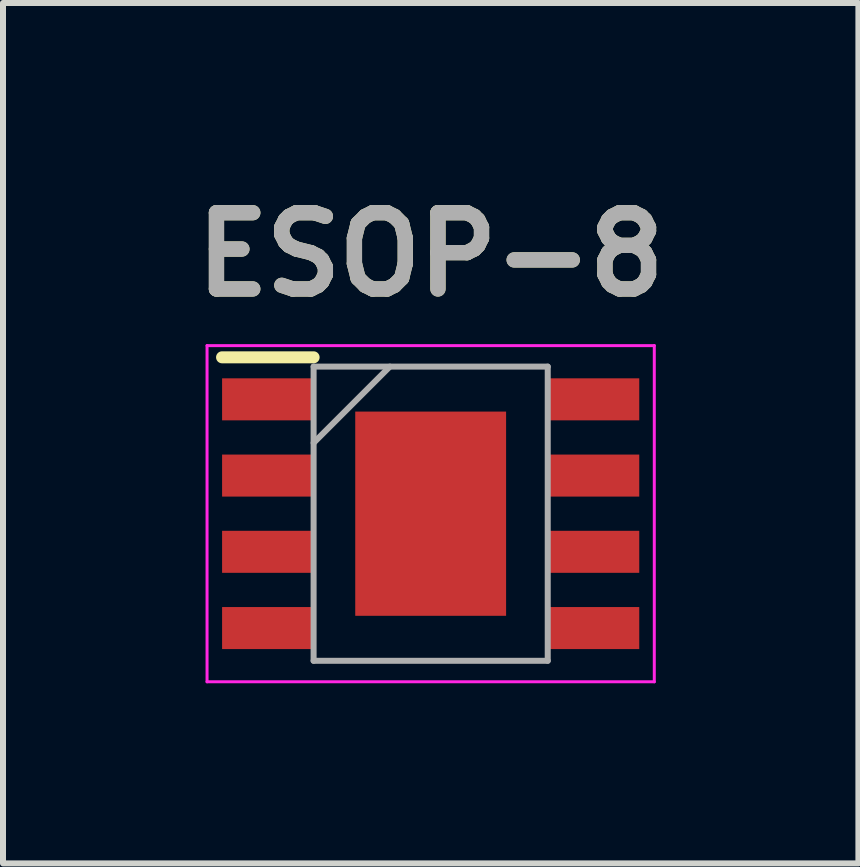
<source format=kicad_pcb>
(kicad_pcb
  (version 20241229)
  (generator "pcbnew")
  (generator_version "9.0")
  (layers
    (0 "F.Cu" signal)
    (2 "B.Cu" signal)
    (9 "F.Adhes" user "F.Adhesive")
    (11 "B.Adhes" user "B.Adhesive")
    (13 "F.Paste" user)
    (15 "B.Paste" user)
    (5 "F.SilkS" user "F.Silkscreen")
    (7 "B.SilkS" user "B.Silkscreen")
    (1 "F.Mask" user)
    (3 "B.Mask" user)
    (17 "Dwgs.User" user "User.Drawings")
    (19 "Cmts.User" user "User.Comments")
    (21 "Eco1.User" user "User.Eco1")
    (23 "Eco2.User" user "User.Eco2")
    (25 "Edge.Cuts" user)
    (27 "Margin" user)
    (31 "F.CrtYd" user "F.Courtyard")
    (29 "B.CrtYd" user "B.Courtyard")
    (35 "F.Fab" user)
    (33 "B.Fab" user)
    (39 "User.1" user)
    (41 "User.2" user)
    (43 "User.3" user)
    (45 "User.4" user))
  (footprint "ESOP-8"
    (layer "F.Cu")
    (at 4.124 5.507)
    (property "Reference" "ESOP-8" (at 0 -4.318 0) (layer "F.SilkS") (effects (font (size 1.27 1.27) (thickness 0.254))))
    (attr smd)
    (fp_line (start -3.475 -2.605) (end -1.95 -2.605) (stroke (width 0.2) (type solid)) (layer "F.SilkS"))
    (fp_line (start -3.725 -2.8) (end 3.725 -2.8) (stroke (width 0.05) (type solid)) (layer "F.CrtYd"))
    (fp_line (start -3.725 2.8) (end -3.725 -2.8) (stroke (width 0.05) (type solid)) (layer "F.CrtYd"))
    (fp_line (start 3.725 -2.8) (end 3.725 2.8) (stroke (width 0.05) (type solid)) (layer "F.CrtYd"))
    (fp_line (start 3.725 2.8) (end -3.725 2.8) (stroke (width 0.05) (type solid)) (layer "F.CrtYd"))
    (fp_line (start -1.95 -2.45) (end 1.95 -2.45) (stroke (width 0.1) (type solid)) (layer "F.Fab"))
    (fp_line (start -1.95 -1.18) (end -0.68 -2.45) (stroke (width 0.1) (type solid)) (layer "F.Fab"))
    (fp_line (start -1.95 2.45) (end -1.95 -2.45) (stroke (width 0.1) (type solid)) (layer "F.Fab"))
    (fp_line (start 1.95 -2.45) (end 1.95 2.45) (stroke (width 0.1) (type solid)) (layer "F.Fab"))
    (fp_line (start 1.95 2.45) (end -1.95 2.45) (stroke (width 0.1) (type solid)) (layer "F.Fab"))
    (fp_text user "${REFERENCE}" (at 0 -4.318 0) (layer "F.Fab") (effects (font (size 1.27 1.27) (thickness 0.254))))
    (pad "1" smd rect (at -2.712 -1.905 90) (size 0.7 1.525) (layers "F.Cu" "F.Mask" "F.Paste"))
    (pad "2" smd rect (at -2.712 -0.635 90) (size 0.7 1.525) (layers "F.Cu" "F.Mask" "F.Paste"))
    (pad "3" smd rect (at -2.712 0.635 90) (size 0.7 1.525) (layers "F.Cu" "F.Mask" "F.Paste"))
    (pad "4" smd rect (at -2.712 1.905 90) (size 0.7 1.525) (layers "F.Cu" "F.Mask" "F.Paste"))
    (pad "5" smd rect (at 2.712 1.905 90) (size 0.7 1.525) (layers "F.Cu" "F.Mask" "F.Paste"))
    (pad "6" smd rect (at 2.712 0.635 90) (size 0.7 1.525) (layers "F.Cu" "F.Mask" "F.Paste"))
    (pad "7" smd rect (at 2.712 -0.635 90) (size 0.7 1.525) (layers "F.Cu" "F.Mask" "F.Paste"))
    (pad "8" smd rect (at 2.712 -1.905 90) (size 0.7 1.525) (layers "F.Cu" "F.Mask" "F.Paste"))
    (pad "9" smd rect (at 0 0) (size 2.513 3.402) (layers "F.Cu" "F.Mask" "F.Paste")))
  (gr_rect
    (start -3 -3)
    (end 11.249 11.332)
    (stroke (width 0.1) (type default))
    (fill no)
    (layer "Edge.Cuts")))
</source>
